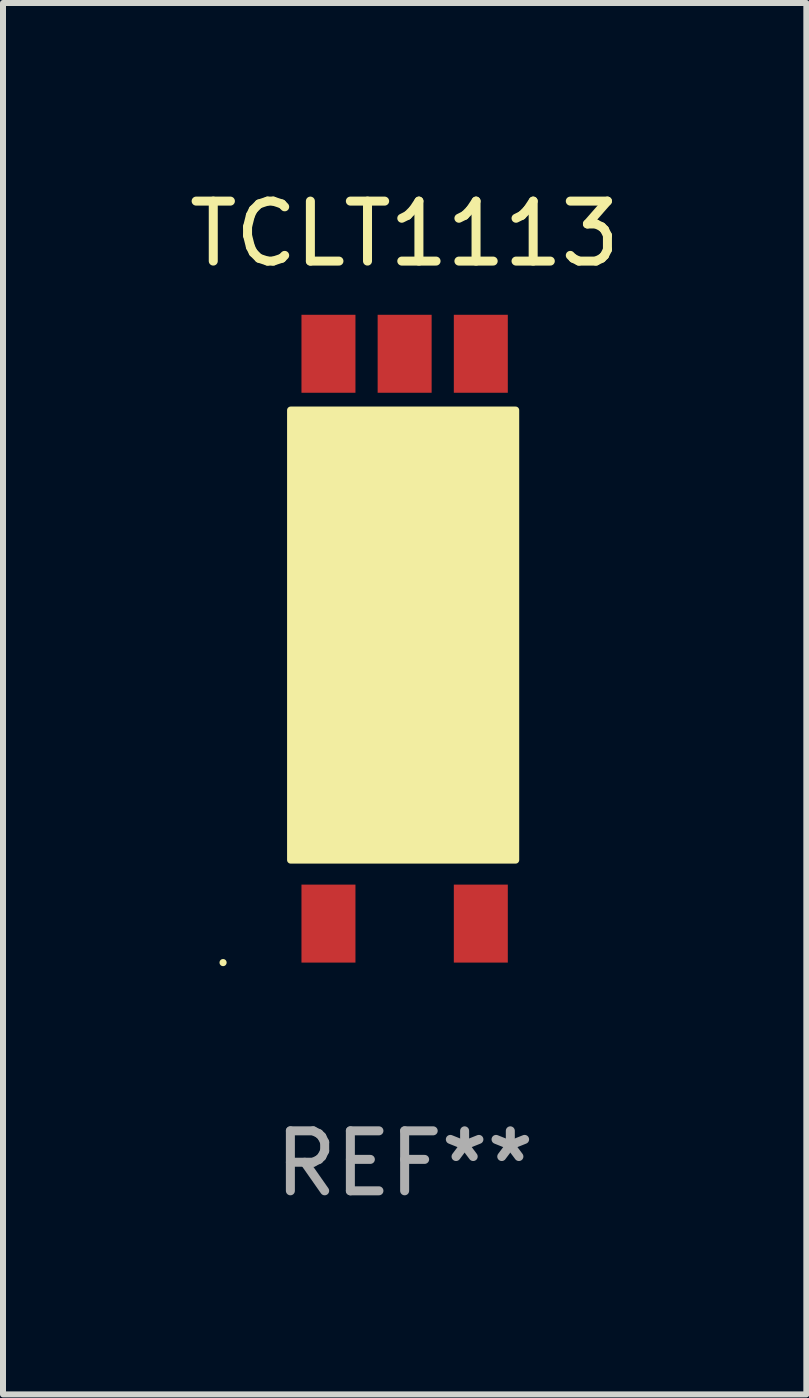
<source format=kicad_pcb>
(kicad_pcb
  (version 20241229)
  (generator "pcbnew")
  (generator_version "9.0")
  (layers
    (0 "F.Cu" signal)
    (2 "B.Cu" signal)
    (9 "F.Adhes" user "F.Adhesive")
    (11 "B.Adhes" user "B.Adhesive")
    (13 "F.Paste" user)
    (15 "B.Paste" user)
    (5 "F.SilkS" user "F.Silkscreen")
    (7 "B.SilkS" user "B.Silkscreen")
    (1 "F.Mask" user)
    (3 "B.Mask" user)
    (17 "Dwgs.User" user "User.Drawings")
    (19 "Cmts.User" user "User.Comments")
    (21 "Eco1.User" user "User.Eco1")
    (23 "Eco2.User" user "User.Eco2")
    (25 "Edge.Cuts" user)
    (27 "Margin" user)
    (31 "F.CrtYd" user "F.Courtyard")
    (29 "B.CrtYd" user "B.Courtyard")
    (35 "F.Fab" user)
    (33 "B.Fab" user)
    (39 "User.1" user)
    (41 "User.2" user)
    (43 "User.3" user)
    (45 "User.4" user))
  (footprint "TCLT1113"
    (layer "F.Cu")
    (at 3.696 7.598)
    (property "Reference" "TCLT1113" (at 0 -6.75 0) (layer "F.SilkS") (effects (font (size 1 1) (thickness 0.15))))
    (attr through_hole)
    (fp_circle (center -3.027 5.4) (end -2.997 5.4) (stroke (width 0.06) (type solid)) (fill no) (layer "F.SilkS"))
    (fp_poly (pts (xy -1.9 -3.81) (xy 1.85 -3.81) (xy 1.85 3.69) (xy -1.9 3.69)) (stroke (width 0.12) (type solid)) (fill yes) (layer "F.SilkS"))
    (fp_text user "REF**" (at 0 8.75 0) (layer "F.Fab") (effects (font (size 1 1) (thickness 0.15))))
    (pad "1" smd rect (at -1.27 4.75) (size 0.9 1.3) (layers "F.Cu" "F.Mask" "F.Paste"))
    (pad "2" smd rect (at 1.27 4.75) (size 0.9 1.3) (layers "F.Cu" "F.Mask" "F.Paste"))
    (pad "3" smd rect (at 1.27 -4.75) (size 0.9 1.3) (layers "F.Cu" "F.Mask" "F.Paste"))
    (pad "4" smd rect (at 0 -4.75) (size 0.9 1.3) (layers "F.Cu" "F.Mask" "F.Paste"))
    (pad "5" smd rect (at -1.27 -4.75) (size 0.9 1.3) (layers "F.Cu" "F.Mask" "F.Paste")))
  (gr_rect
    (start -3 -3)
    (end 10.393 20.197)
    (stroke (width 0.1) (type default))
    (fill no)
    (layer "Edge.Cuts")))
</source>
